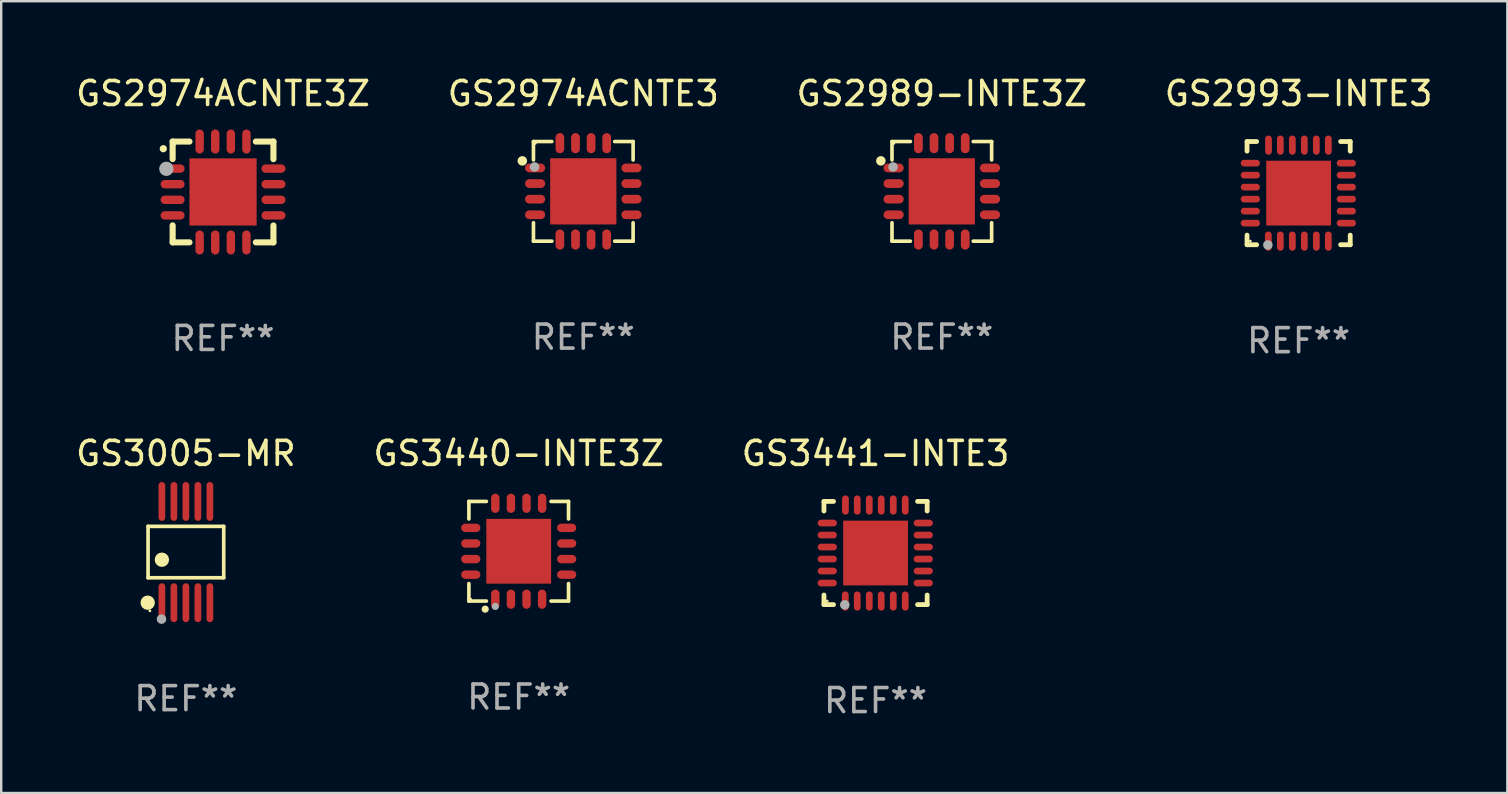
<source format=kicad_pcb>
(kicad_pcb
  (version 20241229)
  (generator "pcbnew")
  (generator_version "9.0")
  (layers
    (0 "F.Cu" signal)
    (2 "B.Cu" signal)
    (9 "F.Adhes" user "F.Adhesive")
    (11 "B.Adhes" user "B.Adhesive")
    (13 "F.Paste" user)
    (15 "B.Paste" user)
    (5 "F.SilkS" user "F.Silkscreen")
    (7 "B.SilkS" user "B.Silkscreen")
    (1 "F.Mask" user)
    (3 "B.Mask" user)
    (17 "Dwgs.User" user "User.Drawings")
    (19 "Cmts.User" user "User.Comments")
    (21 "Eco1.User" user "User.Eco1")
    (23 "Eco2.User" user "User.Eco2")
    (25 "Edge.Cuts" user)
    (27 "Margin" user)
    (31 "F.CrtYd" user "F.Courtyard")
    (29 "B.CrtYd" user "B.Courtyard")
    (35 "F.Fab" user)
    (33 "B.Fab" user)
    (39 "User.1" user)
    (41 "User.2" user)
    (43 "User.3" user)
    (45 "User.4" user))
  (footprint "GS2993-INTE3"
    (layer "F.Cu")
    (at 51.065 4.998)
    (property "Reference" "GS2993-INTE3" (at 0 -4.15 0) (layer "F.SilkS") (effects (font (size 1 1) (thickness 0.15))))
    (attr through_hole)
    (fp_line (start -2.15 -2.15) (end -1.75 -2.15) (stroke (width 0.2) (type solid)) (layer "F.SilkS"))
    (fp_line (start -2.15 -1.75) (end -2.15 -2.15) (stroke (width 0.2) (type solid)) (layer "F.SilkS"))
    (fp_line (start -2.15 2.15) (end -2.15 1.75) (stroke (width 0.2) (type solid)) (layer "F.SilkS"))
    (fp_line (start -1.75 2.15) (end -2.15 2.15) (stroke (width 0.2) (type solid)) (layer "F.SilkS"))
    (fp_line (start 2.15 -2.15) (end 1.75 -2.15) (stroke (width 0.2) (type solid)) (layer "F.SilkS"))
    (fp_line (start 2.15 -1.75) (end 2.15 -2.15) (stroke (width 0.2) (type solid)) (layer "F.SilkS"))
    (fp_line (start 2.15 1.75) (end 2.15 2.15) (stroke (width 0.2) (type solid)) (layer "F.SilkS"))
    (fp_line (start 2.15 2.15) (end 1.75 2.15) (stroke (width 0.2) (type solid)) (layer "F.SilkS"))
    (fp_circle (center -2.013 2) (end -1.983 2) (stroke (width 0.06) (type solid)) (fill no) (layer "F.SilkS"))
    (fp_circle (center -1.282 2.159) (end -1.182 2.159) (stroke (width 0.2) (type solid)) (fill no) (layer "F.Fab"))
    (fp_text user "REF**" (at 0 6.15 0) (layer "F.Fab") (effects (font (size 1 1) (thickness 0.15))))
    (pad "1" smd oval (at -1.262 2) (size 0.28 0.8) (layers "F.Cu" "F.Mask" "F.Paste"))
    (pad "2" smd oval (at -0.763 2) (size 0.28 0.8) (layers "F.Cu" "F.Mask" "F.Paste"))
    (pad "3" smd oval (at -0.262 2) (size 0.28 0.8) (layers "F.Cu" "F.Mask" "F.Paste"))
    (pad "4" smd oval (at 0.237 2) (size 0.28 0.8) (layers "F.Cu" "F.Mask" "F.Paste"))
    (pad "5" smd oval (at 0.738 2) (size 0.28 0.8) (layers "F.Cu" "F.Mask" "F.Paste"))
    (pad "6" smd oval (at 1.237 2) (size 0.28 0.8) (layers "F.Cu" "F.Mask" "F.Paste"))
    (pad "7" smd oval (at 1.988 1.25) (size 0.8 0.28) (layers "F.Cu" "F.Mask" "F.Paste"))
    (pad "8" smd oval (at 1.988 0.75) (size 0.8 0.28) (layers "F.Cu" "F.Mask" "F.Paste"))
    (pad "9" smd oval (at 1.988 0.25) (size 0.8 0.28) (layers "F.Cu" "F.Mask" "F.Paste"))
    (pad "10" smd oval (at 1.988 -0.25) (size 0.8 0.28) (layers "F.Cu" "F.Mask" "F.Paste"))
    (pad "11" smd oval (at 1.988 -0.75) (size 0.8 0.28) (layers "F.Cu" "F.Mask" "F.Paste"))
    (pad "12" smd oval (at 1.988 -1.25) (size 0.8 0.28) (layers "F.Cu" "F.Mask" "F.Paste"))
    (pad "13" smd oval (at 1.237 -2) (size 0.28 0.8) (layers "F.Cu" "F.Mask" "F.Paste"))
    (pad "14" smd oval (at 0.738 -2) (size 0.28 0.8) (layers "F.Cu" "F.Mask" "F.Paste"))
    (pad "15" smd oval (at 0.237 -2) (size 0.28 0.8) (layers "F.Cu" "F.Mask" "F.Paste"))
    (pad "16" smd oval (at -0.262 -2) (size 0.28 0.8) (layers "F.Cu" "F.Mask" "F.Paste"))
    (pad "17" smd oval (at -0.763 -2) (size 0.28 0.8) (layers "F.Cu" "F.Mask" "F.Paste"))
    (pad "18" smd oval (at -1.255 -2) (size 0.28 0.8) (layers "F.Cu" "F.Mask" "F.Paste"))
    (pad "19" smd oval (at -2.012 -1.25) (size 0.8 0.28) (layers "F.Cu" "F.Mask" "F.Paste"))
    (pad "20" smd oval (at -2.012 -0.75) (size 0.8 0.28) (layers "F.Cu" "F.Mask" "F.Paste"))
    (pad "21" smd oval (at -2.012 -0.25) (size 0.8 0.28) (layers "F.Cu" "F.Mask" "F.Paste"))
    (pad "22" smd oval (at -2.012 0.25) (size 0.8 0.28) (layers "F.Cu" "F.Mask" "F.Paste"))
    (pad "23" smd oval (at -2.012 0.75) (size 0.8 0.28) (layers "F.Cu" "F.Mask" "F.Paste"))
    (pad "24" smd oval (at -2.012 1.25) (size 0.8 0.28) (layers "F.Cu" "F.Mask" "F.Paste"))
    (pad "25" smd rect (at -0.000013 -0.000025) (size 2.7 2.7) (layers "F.Cu" "F.Mask" "F.Paste")))
  (footprint "GS2974ACNTE3"
    (layer "F.Cu")
    (at 21.256 4.924)
    (property "Reference" "GS2974ACNTE3" (at 0 -4.076 0) (layer "F.SilkS") (effects (font (size 1 1) (thickness 0.15))))
    (attr through_hole)
    (fp_line (start -2.076 -2.076) (end -1.309 -2.076) (stroke (width 0.152) (type solid)) (layer "F.SilkS"))
    (fp_line (start -2.076 -1.309) (end -2.076 -2.076) (stroke (width 0.152) (type solid)) (layer "F.SilkS"))
    (fp_line (start -2.076 1.309) (end -2.076 2.076) (stroke (width 0.152) (type solid)) (layer "F.SilkS"))
    (fp_line (start -2.076 2.076) (end -1.309 2.076) (stroke (width 0.152) (type solid)) (layer "F.SilkS"))
    (fp_line (start 2.076 -2.076) (end 1.309 -2.076) (stroke (width 0.152) (type solid)) (layer "F.SilkS"))
    (fp_line (start 2.076 -1.309) (end 2.076 -2.076) (stroke (width 0.152) (type solid)) (layer "F.SilkS"))
    (fp_line (start 2.076 1.309) (end 2.076 2.076) (stroke (width 0.152) (type solid)) (layer "F.SilkS"))
    (fp_line (start 2.076 2.076) (end 1.309 2.076) (stroke (width 0.152) (type solid)) (layer "F.SilkS"))
    (fp_circle (center -2.54 -1.27) (end -2.44 -1.27) (stroke (width 0.2) (type solid)) (fill no) (layer "F.SilkS"))
    (fp_circle (center -2 -2) (end -1.97 -2) (stroke (width 0.06) (type solid)) (fill no) (layer "F.SilkS"))
    (fp_circle (center -2.032 -1.016) (end -1.932 -1.016) (stroke (width 0.2) (type solid)) (fill no) (layer "F.Fab"))
    (fp_text user "REF**" (at 0 6.076 0) (layer "F.Fab") (effects (font (size 1 1) (thickness 0.15))))
    (pad "1" smd oval (at -2.008 -0.975) (size 0.84 0.364) (layers "F.Cu" "F.Mask" "F.Paste"))
    (pad "2" smd oval (at -2.008 -0.325) (size 0.84 0.364) (layers "F.Cu" "F.Mask" "F.Paste"))
    (pad "3" smd oval (at -2.008 0.325) (size 0.84 0.364) (layers "F.Cu" "F.Mask" "F.Paste"))
    (pad "4" smd oval (at -2.008 0.975) (size 0.84 0.364) (layers "F.Cu" "F.Mask" "F.Paste"))
    (pad "5" smd oval (at -0.975 2.008) (size 0.364 0.84) (layers "F.Cu" "F.Mask" "F.Paste"))
    (pad "6" smd oval (at -0.325 2.008) (size 0.364 0.84) (layers "F.Cu" "F.Mask" "F.Paste"))
    (pad "7" smd oval (at 0.325 2.008) (size 0.364 0.84) (layers "F.Cu" "F.Mask" "F.Paste"))
    (pad "8" smd oval (at 0.975 2.008) (size 0.364 0.84) (layers "F.Cu" "F.Mask" "F.Paste"))
    (pad "9" smd oval (at 2.008 0.975) (size 0.84 0.364) (layers "F.Cu" "F.Mask" "F.Paste"))
    (pad "10" smd oval (at 2.008 0.325) (size 0.84 0.364) (layers "F.Cu" "F.Mask" "F.Paste"))
    (pad "11" smd oval (at 2.008 -0.325) (size 0.84 0.364) (layers "F.Cu" "F.Mask" "F.Paste"))
    (pad "12" smd oval (at 2.008 -0.975) (size 0.84 0.364) (layers "F.Cu" "F.Mask" "F.Paste"))
    (pad "13" smd oval (at 0.975 -2.008) (size 0.364 0.84) (layers "F.Cu" "F.Mask" "F.Paste"))
    (pad "14" smd oval (at 0.325 -2.008) (size 0.364 0.84) (layers "F.Cu" "F.Mask" "F.Paste"))
    (pad "15" smd oval (at -0.325 -2.008) (size 0.364 0.84) (layers "F.Cu" "F.Mask" "F.Paste"))
    (pad "16" smd oval (at -0.975 -2.008) (size 0.364 0.84) (layers "F.Cu" "F.Mask" "F.Paste"))
    (pad "17" smd rect (at 0 0) (size 2.76 2.76) (layers "F.Cu" "F.Mask" "F.Paste")))
  (footprint "GS3440-INTE3Z"
    (layer "F.Cu")
    (at 18.565 19.921)
    (property "Reference" "GS3440-INTE3Z" (at 0 -4.076 0) (layer "F.SilkS") (effects (font (size 1 1) (thickness 0.15))))
    (attr through_hole)
    (fp_line (start -2.076 -2.076) (end -1.347 -2.076) (stroke (width 0.152) (type solid)) (layer "F.SilkS"))
    (fp_line (start -2.076 -1.347) (end -2.076 -2.076) (stroke (width 0.152) (type solid)) (layer "F.SilkS"))
    (fp_line (start -2.076 1.347) (end -2.076 2.076) (stroke (width 0.152) (type solid)) (layer "F.SilkS"))
    (fp_line (start -2.076 2.076) (end -1.347 2.076) (stroke (width 0.152) (type solid)) (layer "F.SilkS"))
    (fp_line (start 2.076 -2.076) (end 1.347 -2.076) (stroke (width 0.152) (type solid)) (layer "F.SilkS"))
    (fp_line (start 2.076 -1.347) (end 2.076 -2.076) (stroke (width 0.152) (type solid)) (layer "F.SilkS"))
    (fp_line (start 2.076 1.347) (end 2.076 2.076) (stroke (width 0.152) (type solid)) (layer "F.SilkS"))
    (fp_line (start 2.076 2.076) (end 1.347 2.076) (stroke (width 0.152) (type solid)) (layer "F.SilkS"))
    (fp_circle (center -2 2) (end -1.97 2) (stroke (width 0.06) (type solid)) (fill no) (layer "F.SilkS"))
    (fp_circle (center -1.397 2.413) (end -1.322 2.413) (stroke (width 0.15) (type solid)) (fill no) (layer "F.SilkS"))
    (fp_circle (center -0.975 2.3) (end -0.9 2.3) (stroke (width 0.15) (type solid)) (fill no) (layer "F.Fab"))
    (fp_text user "REF**" (at 0 6.076 0) (layer "F.Fab") (effects (font (size 1 1) (thickness 0.15))))
    (pad "1" smd oval (at -0.975 1.998) (size 0.35 0.8) (layers "F.Cu" "F.Mask" "F.Paste"))
    (pad "2" smd oval (at -0.325 1.998) (size 0.35 0.8) (layers "F.Cu" "F.Mask" "F.Paste"))
    (pad "3" smd oval (at 0.325 1.998) (size 0.35 0.8) (layers "F.Cu" "F.Mask" "F.Paste"))
    (pad "4" smd oval (at 0.975 1.998) (size 0.35 0.8) (layers "F.Cu" "F.Mask" "F.Paste"))
    (pad "5" smd oval (at 1.998 0.975) (size 0.8 0.35) (layers "F.Cu" "F.Mask" "F.Paste"))
    (pad "6" smd oval (at 1.998 0.325) (size 0.8 0.35) (layers "F.Cu" "F.Mask" "F.Paste"))
    (pad "7" smd oval (at 1.998 -0.325) (size 0.8 0.35) (layers "F.Cu" "F.Mask" "F.Paste"))
    (pad "8" smd oval (at 1.998 -0.975) (size 0.8 0.35) (layers "F.Cu" "F.Mask" "F.Paste"))
    (pad "9" smd oval (at 0.975 -1.998) (size 0.35 0.8) (layers "F.Cu" "F.Mask" "F.Paste"))
    (pad "10" smd oval (at 0.325 -1.998) (size 0.35 0.8) (layers "F.Cu" "F.Mask" "F.Paste"))
    (pad "11" smd oval (at -0.325 -1.998) (size 0.35 0.8) (layers "F.Cu" "F.Mask" "F.Paste"))
    (pad "12" smd oval (at -0.975 -1.998) (size 0.35 0.8) (layers "F.Cu" "F.Mask" "F.Paste"))
    (pad "13" smd oval (at -1.998 -0.975) (size 0.8 0.35) (layers "F.Cu" "F.Mask" "F.Paste"))
    (pad "14" smd oval (at -1.998 -0.325) (size 0.8 0.35) (layers "F.Cu" "F.Mask" "F.Paste"))
    (pad "15" smd oval (at -1.998 0.325) (size 0.8 0.35) (layers "F.Cu" "F.Mask" "F.Paste"))
    (pad "16" smd oval (at -1.998 0.975) (size 0.8 0.35) (layers "F.Cu" "F.Mask" "F.Paste"))
    (pad "17" smd rect (at 0 0) (size 2.7 2.7) (layers "F.Cu" "F.Mask" "F.Paste")))
  (footprint "GS2989-INTE3Z"
    (layer "F.Cu")
    (at 36.196 4.924)
    (property "Reference" "GS2989-INTE3Z" (at 0 -4.076 0) (layer "F.SilkS") (effects (font (size 1 1) (thickness 0.15))))
    (attr through_hole)
    (fp_line (start -2.076 -2.076) (end -1.309 -2.076) (stroke (width 0.152) (type solid)) (layer "F.SilkS"))
    (fp_line (start -2.076 -1.309) (end -2.076 -2.076) (stroke (width 0.152) (type solid)) (layer "F.SilkS"))
    (fp_line (start -2.076 1.309) (end -2.076 2.076) (stroke (width 0.152) (type solid)) (layer "F.SilkS"))
    (fp_line (start -2.076 2.076) (end -1.309 2.076) (stroke (width 0.152) (type solid)) (layer "F.SilkS"))
    (fp_line (start 2.076 -2.076) (end 1.309 -2.076) (stroke (width 0.152) (type solid)) (layer "F.SilkS"))
    (fp_line (start 2.076 -1.309) (end 2.076 -2.076) (stroke (width 0.152) (type solid)) (layer "F.SilkS"))
    (fp_line (start 2.076 1.309) (end 2.076 2.076) (stroke (width 0.152) (type solid)) (layer "F.SilkS"))
    (fp_line (start 2.076 2.076) (end 1.309 2.076) (stroke (width 0.152) (type solid)) (layer "F.SilkS"))
    (fp_circle (center -2.54 -1.27) (end -2.44 -1.27) (stroke (width 0.2) (type solid)) (fill no) (layer "F.SilkS"))
    (fp_circle (center -2 -2) (end -1.97 -2) (stroke (width 0.06) (type solid)) (fill no) (layer "F.SilkS"))
    (fp_circle (center -2.032 -1.016) (end -1.932 -1.016) (stroke (width 0.2) (type solid)) (fill no) (layer "F.Fab"))
    (fp_text user "REF**" (at 0 6.076 0) (layer "F.Fab") (effects (font (size 1 1) (thickness 0.15))))
    (pad "1" smd oval (at -2.008 -0.975) (size 0.84 0.364) (layers "F.Cu" "F.Mask" "F.Paste"))
    (pad "2" smd oval (at -2.008 -0.325) (size 0.84 0.364) (layers "F.Cu" "F.Mask" "F.Paste"))
    (pad "3" smd oval (at -2.008 0.325) (size 0.84 0.364) (layers "F.Cu" "F.Mask" "F.Paste"))
    (pad "4" smd oval (at -2.008 0.975) (size 0.84 0.364) (layers "F.Cu" "F.Mask" "F.Paste"))
    (pad "5" smd oval (at -0.975 2.008) (size 0.364 0.84) (layers "F.Cu" "F.Mask" "F.Paste"))
    (pad "6" smd oval (at -0.325 2.008) (size 0.364 0.84) (layers "F.Cu" "F.Mask" "F.Paste"))
    (pad "7" smd oval (at 0.325 2.008) (size 0.364 0.84) (layers "F.Cu" "F.Mask" "F.Paste"))
    (pad "8" smd oval (at 0.975 2.008) (size 0.364 0.84) (layers "F.Cu" "F.Mask" "F.Paste"))
    (pad "9" smd oval (at 2.008 0.975) (size 0.84 0.364) (layers "F.Cu" "F.Mask" "F.Paste"))
    (pad "10" smd oval (at 2.008 0.325) (size 0.84 0.364) (layers "F.Cu" "F.Mask" "F.Paste"))
    (pad "11" smd oval (at 2.008 -0.325) (size 0.84 0.364) (layers "F.Cu" "F.Mask" "F.Paste"))
    (pad "12" smd oval (at 2.008 -0.975) (size 0.84 0.364) (layers "F.Cu" "F.Mask" "F.Paste"))
    (pad "13" smd oval (at 0.975 -2.008) (size 0.364 0.84) (layers "F.Cu" "F.Mask" "F.Paste"))
    (pad "14" smd oval (at 0.325 -2.008) (size 0.364 0.84) (layers "F.Cu" "F.Mask" "F.Paste"))
    (pad "15" smd oval (at -0.325 -2.008) (size 0.364 0.84) (layers "F.Cu" "F.Mask" "F.Paste"))
    (pad "16" smd oval (at -0.975 -2.008) (size 0.364 0.84) (layers "F.Cu" "F.Mask" "F.Paste"))
    (pad "17" smd rect (at 0 0) (size 2.76 2.76) (layers "F.Cu" "F.Mask" "F.Paste")))
  (footprint "GS3005-MR"
    (layer "F.Cu")
    (at 4.696 19.955)
    (property "Reference" "GS3005-MR" (at 0 -4.11 0) (layer "F.SilkS") (effects (font (size 1 1) (thickness 0.15))))
    (attr through_hole)
    (fp_line (start -1.576 -1.071) (end 1.576 -1.071) (stroke (width 0.152) (type solid)) (layer "F.SilkS"))
    (fp_line (start -1.576 1.071) (end -1.576 -1.071) (stroke (width 0.152) (type solid)) (layer "F.SilkS"))
    (fp_line (start 1.576 -1.071) (end 1.576 1.071) (stroke (width 0.152) (type solid)) (layer "F.SilkS"))
    (fp_line (start 1.576 1.071) (end -1.576 1.071) (stroke (width 0.152) (type solid)) (layer "F.SilkS"))
    (fp_circle (center -1.592 2.11) (end -1.442 2.11) (stroke (width 0.3) (type solid)) (fill no) (layer "F.SilkS"))
    (fp_circle (center -1.5 2.45) (end -1.47 2.45) (stroke (width 0.06) (type solid)) (fill no) (layer "F.SilkS"))
    (fp_circle (center -1 0.319) (end -0.85 0.319) (stroke (width 0.3) (type solid)) (fill no) (layer "F.SilkS"))
    (fp_circle (center -1.016 2.794) (end -0.916 2.794) (stroke (width 0.2) (type solid)) (fill no) (layer "F.Fab"))
    (fp_text user "REF**" (at 0 6.11 0) (layer "F.Fab") (effects (font (size 1 1) (thickness 0.15))))
    (pad "1" smd oval (at -1 2.11) (size 0.28 1.62) (layers "F.Cu" "F.Mask" "F.Paste"))
    (pad "2" smd oval (at -0.5 2.11) (size 0.28 1.62) (layers "F.Cu" "F.Mask" "F.Paste"))
    (pad "3" smd oval (at 0 2.11) (size 0.28 1.62) (layers "F.Cu" "F.Mask" "F.Paste"))
    (pad "4" smd oval (at 0.5 2.11) (size 0.28 1.62) (layers "F.Cu" "F.Mask" "F.Paste"))
    (pad "5" smd oval (at 1 2.11) (size 0.28 1.62) (layers "F.Cu" "F.Mask" "F.Paste"))
    (pad "6" smd oval (at 1 -2.11) (size 0.28 1.62) (layers "F.Cu" "F.Mask" "F.Paste"))
    (pad "7" smd oval (at 0.5 -2.11) (size 0.28 1.62) (layers "F.Cu" "F.Mask" "F.Paste"))
    (pad "8" smd oval (at 0 -2.11) (size 0.28 1.62) (layers "F.Cu" "F.Mask" "F.Paste"))
    (pad "9" smd oval (at -0.5 -2.11) (size 0.28 1.62) (layers "F.Cu" "F.Mask" "F.Paste"))
    (pad "10" smd oval (at -1 -2.11) (size 0.28 1.62) (layers "F.Cu" "F.Mask" "F.Paste")))
  (footprint "GS3441-INTE3"
    (layer "F.Cu")
    (at 33.435 19.995)
    (property "Reference" "GS3441-INTE3" (at 0 -4.15 0) (layer "F.SilkS") (effects (font (size 1 1) (thickness 0.15))))
    (attr through_hole)
    (fp_line (start -2.15 -2.15) (end -1.75 -2.15) (stroke (width 0.2) (type solid)) (layer "F.SilkS"))
    (fp_line (start -2.15 -1.75) (end -2.15 -2.15) (stroke (width 0.2) (type solid)) (layer "F.SilkS"))
    (fp_line (start -2.15 2.15) (end -2.15 1.75) (stroke (width 0.2) (type solid)) (layer "F.SilkS"))
    (fp_line (start -1.75 2.15) (end -2.15 2.15) (stroke (width 0.2) (type solid)) (layer "F.SilkS"))
    (fp_line (start 2.15 -2.15) (end 1.75 -2.15) (stroke (width 0.2) (type solid)) (layer "F.SilkS"))
    (fp_line (start 2.15 -1.75) (end 2.15 -2.15) (stroke (width 0.2) (type solid)) (layer "F.SilkS"))
    (fp_line (start 2.15 1.75) (end 2.15 2.15) (stroke (width 0.2) (type solid)) (layer "F.SilkS"))
    (fp_line (start 2.15 2.15) (end 1.75 2.15) (stroke (width 0.2) (type solid)) (layer "F.SilkS"))
    (fp_circle (center -2.013 2) (end -1.983 2) (stroke (width 0.06) (type solid)) (fill no) (layer "F.SilkS"))
    (fp_circle (center -1.282 2.159) (end -1.182 2.159) (stroke (width 0.2) (type solid)) (fill no) (layer "F.Fab"))
    (fp_text user "REF**" (at 0 6.15 0) (layer "F.Fab") (effects (font (size 1 1) (thickness 0.15))))
    (pad "1" smd oval (at -1.262 2) (size 0.28 0.8) (layers "F.Cu" "F.Mask" "F.Paste"))
    (pad "2" smd oval (at -0.763 2) (size 0.28 0.8) (layers "F.Cu" "F.Mask" "F.Paste"))
    (pad "3" smd oval (at -0.262 2) (size 0.28 0.8) (layers "F.Cu" "F.Mask" "F.Paste"))
    (pad "4" smd oval (at 0.237 2) (size 0.28 0.8) (layers "F.Cu" "F.Mask" "F.Paste"))
    (pad "5" smd oval (at 0.738 2) (size 0.28 0.8) (layers "F.Cu" "F.Mask" "F.Paste"))
    (pad "6" smd oval (at 1.237 2) (size 0.28 0.8) (layers "F.Cu" "F.Mask" "F.Paste"))
    (pad "7" smd oval (at 1.988 1.25) (size 0.8 0.28) (layers "F.Cu" "F.Mask" "F.Paste"))
    (pad "8" smd oval (at 1.988 0.75) (size 0.8 0.28) (layers "F.Cu" "F.Mask" "F.Paste"))
    (pad "9" smd oval (at 1.988 0.25) (size 0.8 0.28) (layers "F.Cu" "F.Mask" "F.Paste"))
    (pad "10" smd oval (at 1.988 -0.25) (size 0.8 0.28) (layers "F.Cu" "F.Mask" "F.Paste"))
    (pad "11" smd oval (at 1.988 -0.75) (size 0.8 0.28) (layers "F.Cu" "F.Mask" "F.Paste"))
    (pad "12" smd oval (at 1.988 -1.25) (size 0.8 0.28) (layers "F.Cu" "F.Mask" "F.Paste"))
    (pad "13" smd oval (at 1.237 -2) (size 0.28 0.8) (layers "F.Cu" "F.Mask" "F.Paste"))
    (pad "14" smd oval (at 0.738 -2) (size 0.28 0.8) (layers "F.Cu" "F.Mask" "F.Paste"))
    (pad "15" smd oval (at 0.237 -2) (size 0.28 0.8) (layers "F.Cu" "F.Mask" "F.Paste"))
    (pad "16" smd oval (at -0.262 -2) (size 0.28 0.8) (layers "F.Cu" "F.Mask" "F.Paste"))
    (pad "17" smd oval (at -0.763 -2) (size 0.28 0.8) (layers "F.Cu" "F.Mask" "F.Paste"))
    (pad "18" smd oval (at -1.255 -2) (size 0.28 0.8) (layers "F.Cu" "F.Mask" "F.Paste"))
    (pad "19" smd oval (at -2.012 -1.25) (size 0.8 0.28) (layers "F.Cu" "F.Mask" "F.Paste"))
    (pad "20" smd oval (at -2.012 -0.75) (size 0.8 0.28) (layers "F.Cu" "F.Mask" "F.Paste"))
    (pad "21" smd oval (at -2.012 -0.25) (size 0.8 0.28) (layers "F.Cu" "F.Mask" "F.Paste"))
    (pad "22" smd oval (at -2.012 0.25) (size 0.8 0.28) (layers "F.Cu" "F.Mask" "F.Paste"))
    (pad "23" smd oval (at -2.012 0.75) (size 0.8 0.28) (layers "F.Cu" "F.Mask" "F.Paste"))
    (pad "24" smd oval (at -2.012 1.25) (size 0.8 0.28) (layers "F.Cu" "F.Mask" "F.Paste"))
    (pad "25" smd rect (at -0.000013 -0.000025) (size 2.7 2.7) (layers "F.Cu" "F.Mask" "F.Paste")))
  (footprint "GS2974ACNTE3Z"
    (layer "F.Cu")
    (at 6.244 4.951)
    (property "Reference" "GS2974ACNTE3Z" (at 0 -4.103 0) (layer "F.SilkS") (effects (font (size 1 1) (thickness 0.15))))
    (attr through_hole)
    (fp_line (start -2.1 -2.102) (end -2.1 -1.374) (stroke (width 0.254) (type solid)) (layer "F.SilkS"))
    (fp_line (start -2.1 -2.102) (end -1.397 -2.102) (stroke (width 0.254) (type solid)) (layer "F.SilkS"))
    (fp_line (start -2.1 1.389) (end -2.1 2.098) (stroke (width 0.254) (type solid)) (layer "F.SilkS"))
    (fp_line (start -2.1 2.098) (end -1.397 2.098) (stroke (width 0.254) (type solid)) (layer "F.SilkS"))
    (fp_line (start 1.366 -2.102) (end 2.1 -2.102) (stroke (width 0.254) (type solid)) (layer "F.SilkS"))
    (fp_line (start 1.366 2.098) (end 2.1 2.098) (stroke (width 0.254) (type solid)) (layer "F.SilkS"))
    (fp_line (start 2.1 -2.102) (end 2.1 -1.369) (stroke (width 0.254) (type solid)) (layer "F.SilkS"))
    (fp_line (start 2.1 1.394) (end 2.1 2.098) (stroke (width 0.254) (type solid)) (layer "F.SilkS"))
    (fp_arc (start -2.489332 -1.803277) (mid -2.489337 -1.804547) (end -2.489332 -1.805817) (stroke (width 0.3) (type solid)) (layer "F.SilkS"))
    (fp_circle (center -2 -2.002) (end -1.97 -2.002) (stroke (width 0.06) (type solid)) (fill no) (layer "F.SilkS"))
    (fp_circle (center -2.362 -0.967) (end -2.212 -0.967) (stroke (width 0.3) (type solid)) (fill no) (layer "F.Fab"))
    (fp_text user "REF**" (at 0 6.103 0) (layer "F.Fab") (effects (font (size 1 1) (thickness 0.15))))
    (pad "1" smd oval (at -2.102 -0.975) (size 1 0.35) (layers "F.Cu" "F.Mask" "F.Paste"))
    (pad "2" smd oval (at -2.102 -0.325) (size 1 0.35) (layers "F.Cu" "F.Mask" "F.Paste"))
    (pad "3" smd oval (at -2.102 0.325) (size 1 0.35) (layers "F.Cu" "F.Mask" "F.Paste"))
    (pad "4" smd oval (at -2.102 0.975) (size 1 0.35) (layers "F.Cu" "F.Mask" "F.Paste"))
    (pad "5" smd oval (at -0.975 2.103) (size 0.35 1) (layers "F.Cu" "F.Mask" "F.Paste"))
    (pad "6" smd oval (at -0.325 2.103) (size 0.35 1) (layers "F.Cu" "F.Mask" "F.Paste"))
    (pad "7" smd oval (at 0.325 2.103) (size 0.35 1) (layers "F.Cu" "F.Mask" "F.Paste"))
    (pad "8" smd oval (at 0.975 2.103) (size 0.35 1) (layers "F.Cu" "F.Mask" "F.Paste"))
    (pad "9" smd oval (at 2.102 0.975) (size 1 0.35) (layers "F.Cu" "F.Mask" "F.Paste"))
    (pad "10" smd oval (at 2.102 0.325) (size 1 0.35) (layers "F.Cu" "F.Mask" "F.Paste"))
    (pad "11" smd oval (at 2.102 -0.325) (size 1 0.35) (layers "F.Cu" "F.Mask" "F.Paste"))
    (pad "12" smd oval (at 2.102 -0.975) (size 1 0.35) (layers "F.Cu" "F.Mask" "F.Paste"))
    (pad "13" smd oval (at 0.975 -2.103) (size 0.35 1) (layers "F.Cu" "F.Mask" "F.Paste"))
    (pad "14" smd oval (at 0.325 -2.103) (size 0.35 1) (layers "F.Cu" "F.Mask" "F.Paste"))
    (pad "15" smd oval (at -0.325 -2.103) (size 0.35 1) (layers "F.Cu" "F.Mask" "F.Paste"))
    (pad "16" smd oval (at -0.975 -2.103) (size 0.35 1) (layers "F.Cu" "F.Mask" "F.Paste"))
    (pad "17" smd rect (at 0 -0.002 270) (size 2.8 2.8) (layers "F.Cu" "F.Mask" "F.Paste")))
  (gr_rect
    (start -3 -3)
    (end 59.762 29.994)
    (stroke (width 0.1) (type default))
    (fill no)
    (layer "Edge.Cuts")))
</source>
